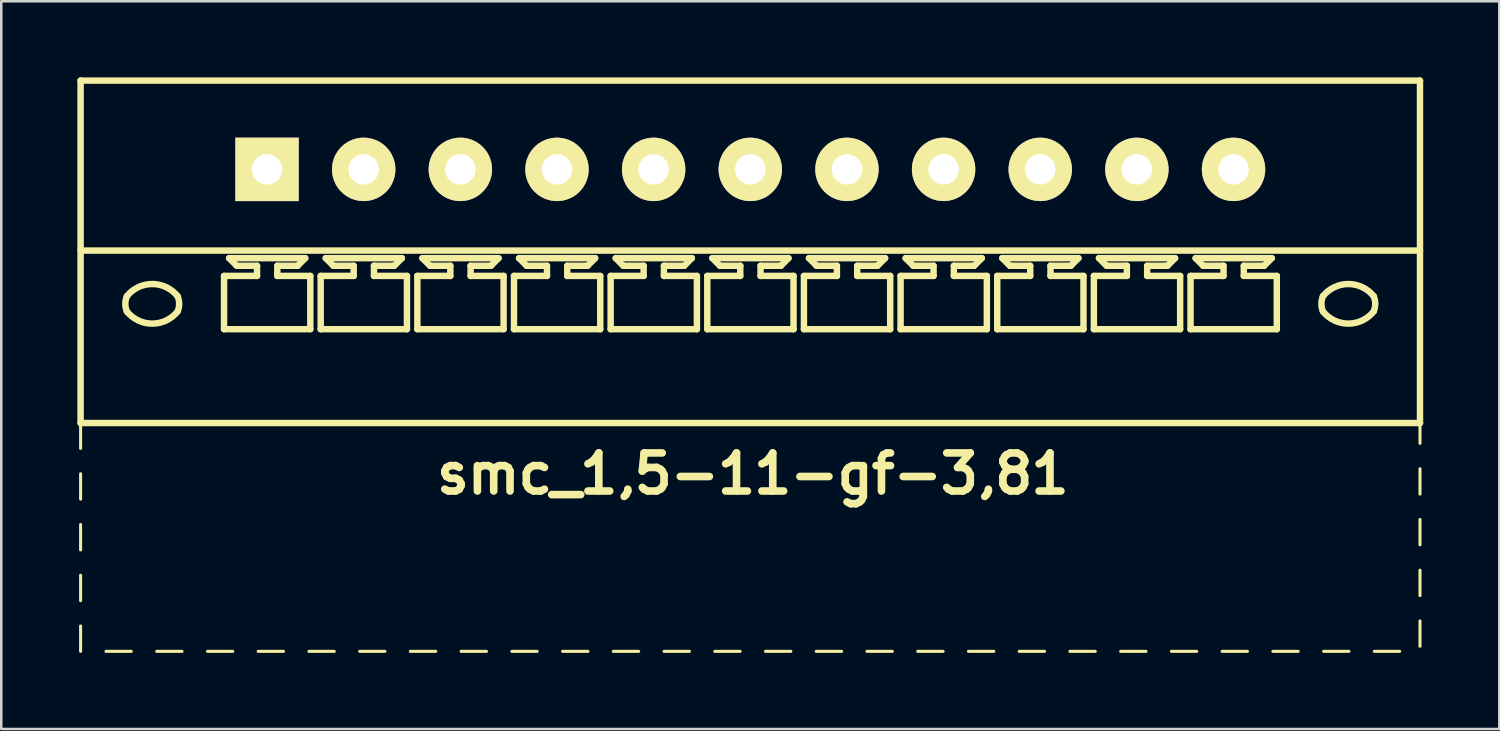
<source format=kicad_pcb>
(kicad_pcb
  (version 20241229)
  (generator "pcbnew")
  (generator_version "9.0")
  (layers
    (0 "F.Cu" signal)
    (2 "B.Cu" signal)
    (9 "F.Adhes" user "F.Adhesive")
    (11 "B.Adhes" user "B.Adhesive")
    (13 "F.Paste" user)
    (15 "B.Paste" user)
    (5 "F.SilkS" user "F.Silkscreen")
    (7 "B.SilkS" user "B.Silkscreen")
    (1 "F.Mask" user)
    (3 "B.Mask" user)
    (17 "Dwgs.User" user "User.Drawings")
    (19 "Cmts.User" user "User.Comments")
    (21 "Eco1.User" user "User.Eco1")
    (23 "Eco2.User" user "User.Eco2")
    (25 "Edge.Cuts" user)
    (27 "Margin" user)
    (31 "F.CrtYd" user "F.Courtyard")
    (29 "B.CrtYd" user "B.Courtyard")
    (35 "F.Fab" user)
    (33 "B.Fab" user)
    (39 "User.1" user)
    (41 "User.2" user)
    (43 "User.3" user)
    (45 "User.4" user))
  (footprint "smc_1,5-11-gf-3,81"
    (layer "F.Cu")
    (at 26.527 3.627)
    (property "Reference" "smc_1,5-11-gf-3,81" (at 0.1 12 0) (layer "F.SilkS") (effects (font (size 1.5 1.5) (thickness 0.3))))
    (attr through_hole)
    (fp_line (start -26.4 -3.5) (end -26.4 10) (stroke (width 0.254) (type solid)) (layer "F.SilkS"))
    (fp_line (start -26.4 -3.5) (end 26.4 -3.5) (stroke (width 0.254) (type solid)) (layer "F.SilkS"))
    (fp_line (start -26.4 3.2) (end 26.4 3.2) (stroke (width 0.254) (type solid)) (layer "F.SilkS"))
    (fp_line (start -26.4 10) (end -26.4 11) (stroke (width 0.12) (type solid)) (layer "F.SilkS"))
    (fp_line (start -26.4 10) (end 26.4 10) (stroke (width 0.254) (type solid)) (layer "F.SilkS"))
    (fp_line (start -26.4 12) (end -26.4 13) (stroke (width 0.12) (type solid)) (layer "F.SilkS"))
    (fp_line (start -26.4 14) (end -26.4 15) (stroke (width 0.12) (type solid)) (layer "F.SilkS"))
    (fp_line (start -26.4 16) (end -26.4 17) (stroke (width 0.12) (type solid)) (layer "F.SilkS"))
    (fp_line (start -26.4 18) (end -26.4 19) (stroke (width 0.12) (type solid)) (layer "F.SilkS"))
    (fp_line (start -25.4 19) (end -24.4 19) (stroke (width 0.12) (type solid)) (layer "F.SilkS"))
    (fp_line (start -23.4 19) (end -22.4 19) (stroke (width 0.12) (type solid)) (layer "F.SilkS"))
    (fp_line (start -21.4 19) (end -20.4 19) (stroke (width 0.12) (type solid)) (layer "F.SilkS"))
    (fp_line (start -20.745 4.2) (end -19.445 4.2) (stroke (width 0.254) (type solid)) (layer "F.SilkS"))
    (fp_line (start -20.745 6.3) (end -20.745 4.2) (stroke (width 0.254) (type solid)) (layer "F.SilkS"))
    (fp_line (start -20.545 3.5) (end -17.545 3.5) (stroke (width 0.254) (type solid)) (layer "F.SilkS"))
    (fp_line (start -20.245 3.8) (end -20.545 3.5) (stroke (width 0.254) (type solid)) (layer "F.SilkS"))
    (fp_line (start -19.445 3.8) (end -20.245 3.8) (stroke (width 0.254) (type solid)) (layer "F.SilkS"))
    (fp_line (start -19.445 4.2) (end -19.445 3.8) (stroke (width 0.254) (type solid)) (layer "F.SilkS"))
    (fp_line (start -19.4 19) (end -18.4 19) (stroke (width 0.12) (type solid)) (layer "F.SilkS"))
    (fp_line (start -18.645 3.8) (end -18.645 4.2) (stroke (width 0.254) (type solid)) (layer "F.SilkS"))
    (fp_line (start -18.645 4.2) (end -17.345 4.2) (stroke (width 0.254) (type solid)) (layer "F.SilkS"))
    (fp_line (start -17.845 3.8) (end -18.645 3.8) (stroke (width 0.254) (type solid)) (layer "F.SilkS"))
    (fp_line (start -17.845 3.8) (end -17.545 3.5) (stroke (width 0.254) (type solid)) (layer "F.SilkS"))
    (fp_line (start -17.4 19) (end -16.4 19) (stroke (width 0.12) (type solid)) (layer "F.SilkS"))
    (fp_line (start -17.345 4.2) (end -17.345 6.3) (stroke (width 0.254) (type solid)) (layer "F.SilkS"))
    (fp_line (start -17.345 6.3) (end -20.745 6.3) (stroke (width 0.254) (type solid)) (layer "F.SilkS"))
    (fp_line (start -16.935 4.2) (end -15.635 4.2) (stroke (width 0.254) (type solid)) (layer "F.SilkS"))
    (fp_line (start -16.935 6.3) (end -16.935 4.2) (stroke (width 0.254) (type solid)) (layer "F.SilkS"))
    (fp_line (start -16.735 3.5) (end -13.735 3.5) (stroke (width 0.254) (type solid)) (layer "F.SilkS"))
    (fp_line (start -16.435 3.8) (end -16.735 3.5) (stroke (width 0.254) (type solid)) (layer "F.SilkS"))
    (fp_line (start -15.635 3.8) (end -16.435 3.8) (stroke (width 0.254) (type solid)) (layer "F.SilkS"))
    (fp_line (start -15.635 4.2) (end -15.635 3.8) (stroke (width 0.254) (type solid)) (layer "F.SilkS"))
    (fp_line (start -15.4 19) (end -14.4 19) (stroke (width 0.12) (type solid)) (layer "F.SilkS"))
    (fp_line (start -14.835 3.8) (end -14.835 4.2) (stroke (width 0.254) (type solid)) (layer "F.SilkS"))
    (fp_line (start -14.835 4.2) (end -13.535 4.2) (stroke (width 0.254) (type solid)) (layer "F.SilkS"))
    (fp_line (start -14.035 3.8) (end -14.835 3.8) (stroke (width 0.254) (type solid)) (layer "F.SilkS"))
    (fp_line (start -14.035 3.8) (end -13.735 3.5) (stroke (width 0.254) (type solid)) (layer "F.SilkS"))
    (fp_line (start -13.535 4.2) (end -13.535 6.3) (stroke (width 0.254) (type solid)) (layer "F.SilkS"))
    (fp_line (start -13.535 6.3) (end -16.935 6.3) (stroke (width 0.254) (type solid)) (layer "F.SilkS"))
    (fp_line (start -13.4 19) (end -12.4 19) (stroke (width 0.12) (type solid)) (layer "F.SilkS"))
    (fp_line (start -13.125 4.2) (end -11.825 4.2) (stroke (width 0.254) (type solid)) (layer "F.SilkS"))
    (fp_line (start -13.125 6.3) (end -13.125 4.2) (stroke (width 0.254) (type solid)) (layer "F.SilkS"))
    (fp_line (start -12.925 3.5) (end -9.925 3.5) (stroke (width 0.254) (type solid)) (layer "F.SilkS"))
    (fp_line (start -12.625 3.8) (end -12.925 3.5) (stroke (width 0.254) (type solid)) (layer "F.SilkS"))
    (fp_line (start -11.825 3.8) (end -12.625 3.8) (stroke (width 0.254) (type solid)) (layer "F.SilkS"))
    (fp_line (start -11.825 4.2) (end -11.825 3.8) (stroke (width 0.254) (type solid)) (layer "F.SilkS"))
    (fp_line (start -11.4 19) (end -10.4 19) (stroke (width 0.12) (type solid)) (layer "F.SilkS"))
    (fp_line (start -11.025 3.8) (end -11.025 4.2) (stroke (width 0.254) (type solid)) (layer "F.SilkS"))
    (fp_line (start -11.025 4.2) (end -9.725 4.2) (stroke (width 0.254) (type solid)) (layer "F.SilkS"))
    (fp_line (start -10.225 3.8) (end -11.025 3.8) (stroke (width 0.254) (type solid)) (layer "F.SilkS"))
    (fp_line (start -10.225 3.8) (end -9.925 3.5) (stroke (width 0.254) (type solid)) (layer "F.SilkS"))
    (fp_line (start -9.725 4.2) (end -9.725 6.3) (stroke (width 0.254) (type solid)) (layer "F.SilkS"))
    (fp_line (start -9.725 6.3) (end -13.125 6.3) (stroke (width 0.254) (type solid)) (layer "F.SilkS"))
    (fp_line (start -9.4 19) (end -8.4 19) (stroke (width 0.12) (type solid)) (layer "F.SilkS"))
    (fp_line (start -9.315 4.2) (end -8.015 4.2) (stroke (width 0.254) (type solid)) (layer "F.SilkS"))
    (fp_line (start -9.315 6.3) (end -9.315 4.2) (stroke (width 0.254) (type solid)) (layer "F.SilkS"))
    (fp_line (start -9.115 3.5) (end -6.115 3.5) (stroke (width 0.254) (type solid)) (layer "F.SilkS"))
    (fp_line (start -8.815 3.8) (end -9.115 3.5) (stroke (width 0.254) (type solid)) (layer "F.SilkS"))
    (fp_line (start -8.015 3.8) (end -8.815 3.8) (stroke (width 0.254) (type solid)) (layer "F.SilkS"))
    (fp_line (start -8.015 4.2) (end -8.015 3.8) (stroke (width 0.254) (type solid)) (layer "F.SilkS"))
    (fp_line (start -7.4 19) (end -6.4 19) (stroke (width 0.12) (type solid)) (layer "F.SilkS"))
    (fp_line (start -7.215 3.8) (end -7.215 4.2) (stroke (width 0.254) (type solid)) (layer "F.SilkS"))
    (fp_line (start -7.215 4.2) (end -5.915 4.2) (stroke (width 0.254) (type solid)) (layer "F.SilkS"))
    (fp_line (start -6.415 3.8) (end -7.215 3.8) (stroke (width 0.254) (type solid)) (layer "F.SilkS"))
    (fp_line (start -6.415 3.8) (end -6.115 3.5) (stroke (width 0.254) (type solid)) (layer "F.SilkS"))
    (fp_line (start -5.915 4.2) (end -5.915 6.3) (stroke (width 0.254) (type solid)) (layer "F.SilkS"))
    (fp_line (start -5.915 6.3) (end -9.315 6.3) (stroke (width 0.254) (type solid)) (layer "F.SilkS"))
    (fp_line (start -5.505 4.2) (end -4.205 4.2) (stroke (width 0.254) (type solid)) (layer "F.SilkS"))
    (fp_line (start -5.505 6.3) (end -5.505 4.2) (stroke (width 0.254) (type solid)) (layer "F.SilkS"))
    (fp_line (start -5.4 19) (end -4.4 19) (stroke (width 0.12) (type solid)) (layer "F.SilkS"))
    (fp_line (start -5.305 3.5) (end -2.305 3.5) (stroke (width 0.254) (type solid)) (layer "F.SilkS"))
    (fp_line (start -5.005 3.8) (end -5.305 3.5) (stroke (width 0.254) (type solid)) (layer "F.SilkS"))
    (fp_line (start -4.205 3.8) (end -5.005 3.8) (stroke (width 0.254) (type solid)) (layer "F.SilkS"))
    (fp_line (start -4.205 4.2) (end -4.205 3.8) (stroke (width 0.254) (type solid)) (layer "F.SilkS"))
    (fp_line (start -3.405 3.8) (end -3.405 4.2) (stroke (width 0.254) (type solid)) (layer "F.SilkS"))
    (fp_line (start -3.405 4.2) (end -2.105 4.2) (stroke (width 0.254) (type solid)) (layer "F.SilkS"))
    (fp_line (start -3.4 19) (end -2.4 19) (stroke (width 0.12) (type solid)) (layer "F.SilkS"))
    (fp_line (start -2.605 3.8) (end -3.405 3.8) (stroke (width 0.254) (type solid)) (layer "F.SilkS"))
    (fp_line (start -2.605 3.8) (end -2.305 3.5) (stroke (width 0.254) (type solid)) (layer "F.SilkS"))
    (fp_line (start -2.105 4.2) (end -2.105 6.3) (stroke (width 0.254) (type solid)) (layer "F.SilkS"))
    (fp_line (start -2.105 6.3) (end -5.505 6.3) (stroke (width 0.254) (type solid)) (layer "F.SilkS"))
    (fp_line (start -1.695 4.2) (end -0.395 4.2) (stroke (width 0.254) (type solid)) (layer "F.SilkS"))
    (fp_line (start -1.695 6.3) (end -1.695 4.2) (stroke (width 0.254) (type solid)) (layer "F.SilkS"))
    (fp_line (start -1.495 3.5) (end 1.505 3.5) (stroke (width 0.254) (type solid)) (layer "F.SilkS"))
    (fp_line (start -1.4 19) (end -0.4 19) (stroke (width 0.12) (type solid)) (layer "F.SilkS"))
    (fp_line (start -1.195 3.8) (end -1.495 3.5) (stroke (width 0.254) (type solid)) (layer "F.SilkS"))
    (fp_line (start -0.395 3.8) (end -1.195 3.8) (stroke (width 0.254) (type solid)) (layer "F.SilkS"))
    (fp_line (start -0.395 4.2) (end -0.395 3.8) (stroke (width 0.254) (type solid)) (layer "F.SilkS"))
    (fp_line (start 0.405 3.8) (end 0.405 4.2) (stroke (width 0.254) (type solid)) (layer "F.SilkS"))
    (fp_line (start 0.405 4.2) (end 1.705 4.2) (stroke (width 0.254) (type solid)) (layer "F.SilkS"))
    (fp_line (start 0.6 19) (end 1.6 19) (stroke (width 0.12) (type solid)) (layer "F.SilkS"))
    (fp_line (start 1.205 3.8) (end 0.405 3.8) (stroke (width 0.254) (type solid)) (layer "F.SilkS"))
    (fp_line (start 1.205 3.8) (end 1.505 3.5) (stroke (width 0.254) (type solid)) (layer "F.SilkS"))
    (fp_line (start 1.705 4.2) (end 1.705 6.3) (stroke (width 0.254) (type solid)) (layer "F.SilkS"))
    (fp_line (start 1.705 6.3) (end -1.695 6.3) (stroke (width 0.254) (type solid)) (layer "F.SilkS"))
    (fp_line (start 2.115 4.2) (end 3.415 4.2) (stroke (width 0.254) (type solid)) (layer "F.SilkS"))
    (fp_line (start 2.115 6.3) (end 2.115 4.2) (stroke (width 0.254) (type solid)) (layer "F.SilkS"))
    (fp_line (start 2.315 3.5) (end 5.315 3.5) (stroke (width 0.254) (type solid)) (layer "F.SilkS"))
    (fp_line (start 2.6 19) (end 3.6 19) (stroke (width 0.12) (type solid)) (layer "F.SilkS"))
    (fp_line (start 2.615 3.8) (end 2.315 3.5) (stroke (width 0.254) (type solid)) (layer "F.SilkS"))
    (fp_line (start 3.415 3.8) (end 2.615 3.8) (stroke (width 0.254) (type solid)) (layer "F.SilkS"))
    (fp_line (start 3.415 4.2) (end 3.415 3.8) (stroke (width 0.254) (type solid)) (layer "F.SilkS"))
    (fp_line (start 4.215 3.8) (end 4.215 4.2) (stroke (width 0.254) (type solid)) (layer "F.SilkS"))
    (fp_line (start 4.215 4.2) (end 5.515 4.2) (stroke (width 0.254) (type solid)) (layer "F.SilkS"))
    (fp_line (start 4.6 19) (end 5.6 19) (stroke (width 0.12) (type solid)) (layer "F.SilkS"))
    (fp_line (start 5.015 3.8) (end 4.215 3.8) (stroke (width 0.254) (type solid)) (layer "F.SilkS"))
    (fp_line (start 5.015 3.8) (end 5.315 3.5) (stroke (width 0.254) (type solid)) (layer "F.SilkS"))
    (fp_line (start 5.515 4.2) (end 5.515 6.3) (stroke (width 0.254) (type solid)) (layer "F.SilkS"))
    (fp_line (start 5.515 6.3) (end 2.115 6.3) (stroke (width 0.254) (type solid)) (layer "F.SilkS"))
    (fp_line (start 5.925 4.2) (end 7.225 4.2) (stroke (width 0.254) (type solid)) (layer "F.SilkS"))
    (fp_line (start 5.925 6.3) (end 5.925 4.2) (stroke (width 0.254) (type solid)) (layer "F.SilkS"))
    (fp_line (start 6.125 3.5) (end 9.125 3.5) (stroke (width 0.254) (type solid)) (layer "F.SilkS"))
    (fp_line (start 6.425 3.8) (end 6.125 3.5) (stroke (width 0.254) (type solid)) (layer "F.SilkS"))
    (fp_line (start 6.6 19) (end 7.6 19) (stroke (width 0.12) (type solid)) (layer "F.SilkS"))
    (fp_line (start 7.225 3.8) (end 6.425 3.8) (stroke (width 0.254) (type solid)) (layer "F.SilkS"))
    (fp_line (start 7.225 4.2) (end 7.225 3.8) (stroke (width 0.254) (type solid)) (layer "F.SilkS"))
    (fp_line (start 8.025 3.8) (end 8.025 4.2) (stroke (width 0.254) (type solid)) (layer "F.SilkS"))
    (fp_line (start 8.025 4.2) (end 9.325 4.2) (stroke (width 0.254) (type solid)) (layer "F.SilkS"))
    (fp_line (start 8.6 19) (end 9.6 19) (stroke (width 0.12) (type solid)) (layer "F.SilkS"))
    (fp_line (start 8.825 3.8) (end 8.025 3.8) (stroke (width 0.254) (type solid)) (layer "F.SilkS"))
    (fp_line (start 8.825 3.8) (end 9.125 3.5) (stroke (width 0.254) (type solid)) (layer "F.SilkS"))
    (fp_line (start 9.325 4.2) (end 9.325 6.3) (stroke (width 0.254) (type solid)) (layer "F.SilkS"))
    (fp_line (start 9.325 6.3) (end 5.925 6.3) (stroke (width 0.254) (type solid)) (layer "F.SilkS"))
    (fp_line (start 9.735 4.2) (end 11.035 4.2) (stroke (width 0.254) (type solid)) (layer "F.SilkS"))
    (fp_line (start 9.735 6.3) (end 9.735 4.2) (stroke (width 0.254) (type solid)) (layer "F.SilkS"))
    (fp_line (start 9.935 3.5) (end 12.935 3.5) (stroke (width 0.254) (type solid)) (layer "F.SilkS"))
    (fp_line (start 10.235 3.8) (end 9.935 3.5) (stroke (width 0.254) (type solid)) (layer "F.SilkS"))
    (fp_line (start 10.6 19) (end 11.6 19) (stroke (width 0.12) (type solid)) (layer "F.SilkS"))
    (fp_line (start 11.035 3.8) (end 10.235 3.8) (stroke (width 0.254) (type solid)) (layer "F.SilkS"))
    (fp_line (start 11.035 4.2) (end 11.035 3.8) (stroke (width 0.254) (type solid)) (layer "F.SilkS"))
    (fp_line (start 11.835 3.8) (end 11.835 4.2) (stroke (width 0.254) (type solid)) (layer "F.SilkS"))
    (fp_line (start 11.835 4.2) (end 13.135 4.2) (stroke (width 0.254) (type solid)) (layer "F.SilkS"))
    (fp_line (start 12.6 19) (end 13.6 19) (stroke (width 0.12) (type solid)) (layer "F.SilkS"))
    (fp_line (start 12.635 3.8) (end 11.835 3.8) (stroke (width 0.254) (type solid)) (layer "F.SilkS"))
    (fp_line (start 12.635 3.8) (end 12.935 3.5) (stroke (width 0.254) (type solid)) (layer "F.SilkS"))
    (fp_line (start 13.135 4.2) (end 13.135 6.3) (stroke (width 0.254) (type solid)) (layer "F.SilkS"))
    (fp_line (start 13.135 6.3) (end 9.735 6.3) (stroke (width 0.254) (type solid)) (layer "F.SilkS"))
    (fp_line (start 13.545 4.2) (end 14.845 4.2) (stroke (width 0.254) (type solid)) (layer "F.SilkS"))
    (fp_line (start 13.545 6.3) (end 13.545 4.2) (stroke (width 0.254) (type solid)) (layer "F.SilkS"))
    (fp_line (start 13.745 3.5) (end 16.745 3.5) (stroke (width 0.254) (type solid)) (layer "F.SilkS"))
    (fp_line (start 14.045 3.8) (end 13.745 3.5) (stroke (width 0.254) (type solid)) (layer "F.SilkS"))
    (fp_line (start 14.6 19) (end 15.6 19) (stroke (width 0.12) (type solid)) (layer "F.SilkS"))
    (fp_line (start 14.845 3.8) (end 14.045 3.8) (stroke (width 0.254) (type solid)) (layer "F.SilkS"))
    (fp_line (start 14.845 4.2) (end 14.845 3.8) (stroke (width 0.254) (type solid)) (layer "F.SilkS"))
    (fp_line (start 15.645 3.8) (end 15.645 4.2) (stroke (width 0.254) (type solid)) (layer "F.SilkS"))
    (fp_line (start 15.645 4.2) (end 16.945 4.2) (stroke (width 0.254) (type solid)) (layer "F.SilkS"))
    (fp_line (start 16.445 3.8) (end 15.645 3.8) (stroke (width 0.254) (type solid)) (layer "F.SilkS"))
    (fp_line (start 16.445 3.8) (end 16.745 3.5) (stroke (width 0.254) (type solid)) (layer "F.SilkS"))
    (fp_line (start 16.6 19) (end 17.6 19) (stroke (width 0.12) (type solid)) (layer "F.SilkS"))
    (fp_line (start 16.945 4.2) (end 16.945 6.3) (stroke (width 0.254) (type solid)) (layer "F.SilkS"))
    (fp_line (start 16.945 6.3) (end 13.545 6.3) (stroke (width 0.254) (type solid)) (layer "F.SilkS"))
    (fp_line (start 17.355 4.2) (end 18.655 4.2) (stroke (width 0.254) (type solid)) (layer "F.SilkS"))
    (fp_line (start 17.355 6.3) (end 17.355 4.2) (stroke (width 0.254) (type solid)) (layer "F.SilkS"))
    (fp_line (start 17.555 3.5) (end 20.555 3.5) (stroke (width 0.254) (type solid)) (layer "F.SilkS"))
    (fp_line (start 17.855 3.8) (end 17.555 3.5) (stroke (width 0.254) (type solid)) (layer "F.SilkS"))
    (fp_line (start 18.6 19) (end 19.6 19) (stroke (width 0.12) (type solid)) (layer "F.SilkS"))
    (fp_line (start 18.655 3.8) (end 17.855 3.8) (stroke (width 0.254) (type solid)) (layer "F.SilkS"))
    (fp_line (start 18.655 4.2) (end 18.655 3.8) (stroke (width 0.254) (type solid)) (layer "F.SilkS"))
    (fp_line (start 19.455 3.8) (end 19.455 4.2) (stroke (width 0.254) (type solid)) (layer "F.SilkS"))
    (fp_line (start 19.455 4.2) (end 20.755 4.2) (stroke (width 0.254) (type solid)) (layer "F.SilkS"))
    (fp_line (start 20.255 3.8) (end 19.455 3.8) (stroke (width 0.254) (type solid)) (layer "F.SilkS"))
    (fp_line (start 20.255 3.8) (end 20.555 3.5) (stroke (width 0.254) (type solid)) (layer "F.SilkS"))
    (fp_line (start 20.6 19) (end 21.6 19) (stroke (width 0.12) (type solid)) (layer "F.SilkS"))
    (fp_line (start 20.755 4.2) (end 20.755 6.3) (stroke (width 0.254) (type solid)) (layer "F.SilkS"))
    (fp_line (start 20.755 6.3) (end 17.355 6.3) (stroke (width 0.254) (type solid)) (layer "F.SilkS"))
    (fp_line (start 22.6 19) (end 23.6 19) (stroke (width 0.12) (type solid)) (layer "F.SilkS"))
    (fp_line (start 24.6 19) (end 25.6 19) (stroke (width 0.12) (type solid)) (layer "F.SilkS"))
    (fp_line (start 26.4 -3.5) (end 26.4 10) (stroke (width 0.254) (type solid)) (layer "F.SilkS"))
    (fp_line (start 26.4 10.8) (end 26.4 10) (stroke (width 0.12) (type solid)) (layer "F.SilkS"))
    (fp_line (start 26.4 12.8) (end 26.4 11.8) (stroke (width 0.12) (type solid)) (layer "F.SilkS"))
    (fp_line (start 26.4 14.8) (end 26.4 13.8) (stroke (width 0.12) (type solid)) (layer "F.SilkS"))
    (fp_line (start 26.4 15.8) (end 26.4 16.8) (stroke (width 0.12) (type solid)) (layer "F.SilkS"))
    (fp_line (start 26.4 17.8) (end 26.4 18.8) (stroke (width 0.12) (type solid)) (layer "F.SilkS"))
    (fp_arc (start -24.575274 5.000342) (mid -23.575219 4.519375) (end -22.575 5) (stroke (width 0.254) (type solid)) (layer "F.SilkS"))
    (fp_arc (start -24.574985 5.600034) (mid -24.636577 5.300019) (end -24.575 5) (stroke (width 0.254) (type solid)) (layer "F.SilkS"))
    (fp_arc (start -22.575015 4.999966) (mid -22.513423 5.299981) (end -22.575 5.6) (stroke (width 0.254) (type solid)) (layer "F.SilkS"))
    (fp_arc (start -22.574726 5.599658) (mid -23.574781 6.080625) (end -24.575 5.6) (stroke (width 0.254) (type solid)) (layer "F.SilkS"))
    (fp_arc (start 22.574726 5.000342) (mid 23.574781 4.519375) (end 24.575 5) (stroke (width 0.254) (type solid)) (layer "F.SilkS"))
    (fp_arc (start 22.575015 5.600034) (mid 22.513423 5.300019) (end 22.575 5) (stroke (width 0.254) (type solid)) (layer "F.SilkS"))
    (fp_arc (start 24.574985 4.999966) (mid 24.636577 5.299981) (end 24.575 5.6) (stroke (width 0.254) (type solid)) (layer "F.SilkS"))
    (fp_arc (start 24.575274 5.599658) (mid 23.575219 6.080625) (end 22.575 5.6) (stroke (width 0.254) (type solid)) (layer "F.SilkS"))
    (pad "1" thru_hole rect (at -19.05 0) (size 2.5 2.5) (drill 1.2) (layers "*.Cu" "*.Mask" "F.SilkS"))
    (pad "2" thru_hole circle (at -15.24 0) (size 2.5 2.5) (drill 1.2) (layers "*.Cu" "*.Mask" "F.SilkS"))
    (pad "3" thru_hole circle (at -11.43 0) (size 2.5 2.5) (drill 1.2) (layers "*.Cu" "*.Mask" "F.SilkS"))
    (pad "4" thru_hole circle (at -7.62 0) (size 2.5 2.5) (drill 1.2) (layers "*.Cu" "*.Mask" "F.SilkS"))
    (pad "5" thru_hole circle (at -3.81 0) (size 2.5 2.5) (drill 1.2) (layers "*.Cu" "*.Mask" "F.SilkS"))
    (pad "6" thru_hole circle (at 0 0) (size 2.5 2.5) (drill 1.2) (layers "*.Cu" "*.Mask" "F.SilkS"))
    (pad "7" thru_hole circle (at 3.81 0) (size 2.5 2.5) (drill 1.2) (layers "*.Cu" "*.Mask" "F.SilkS"))
    (pad "8" thru_hole circle (at 7.62 0) (size 2.5 2.5) (drill 1.2) (layers "*.Cu" "*.Mask" "F.SilkS"))
    (pad "9" thru_hole circle (at 11.43 0) (size 2.5 2.5) (drill 1.2) (layers "*.Cu" "*.Mask" "F.SilkS"))
    (pad "10" thru_hole circle (at 15.24 0) (size 2.5 2.5) (drill 1.2) (layers "*.Cu" "*.Mask" "F.SilkS"))
    (pad "11" thru_hole circle (at 19.05 0) (size 2.5 2.5) (drill 1.2) (layers "*.Cu" "*.Mask" "F.SilkS")))
  (gr_rect
    (start -3 -3)
    (end 56.054 25.687)
    (stroke (width 0.1) (type default))
    (fill no)
    (layer "Edge.Cuts")))
</source>
